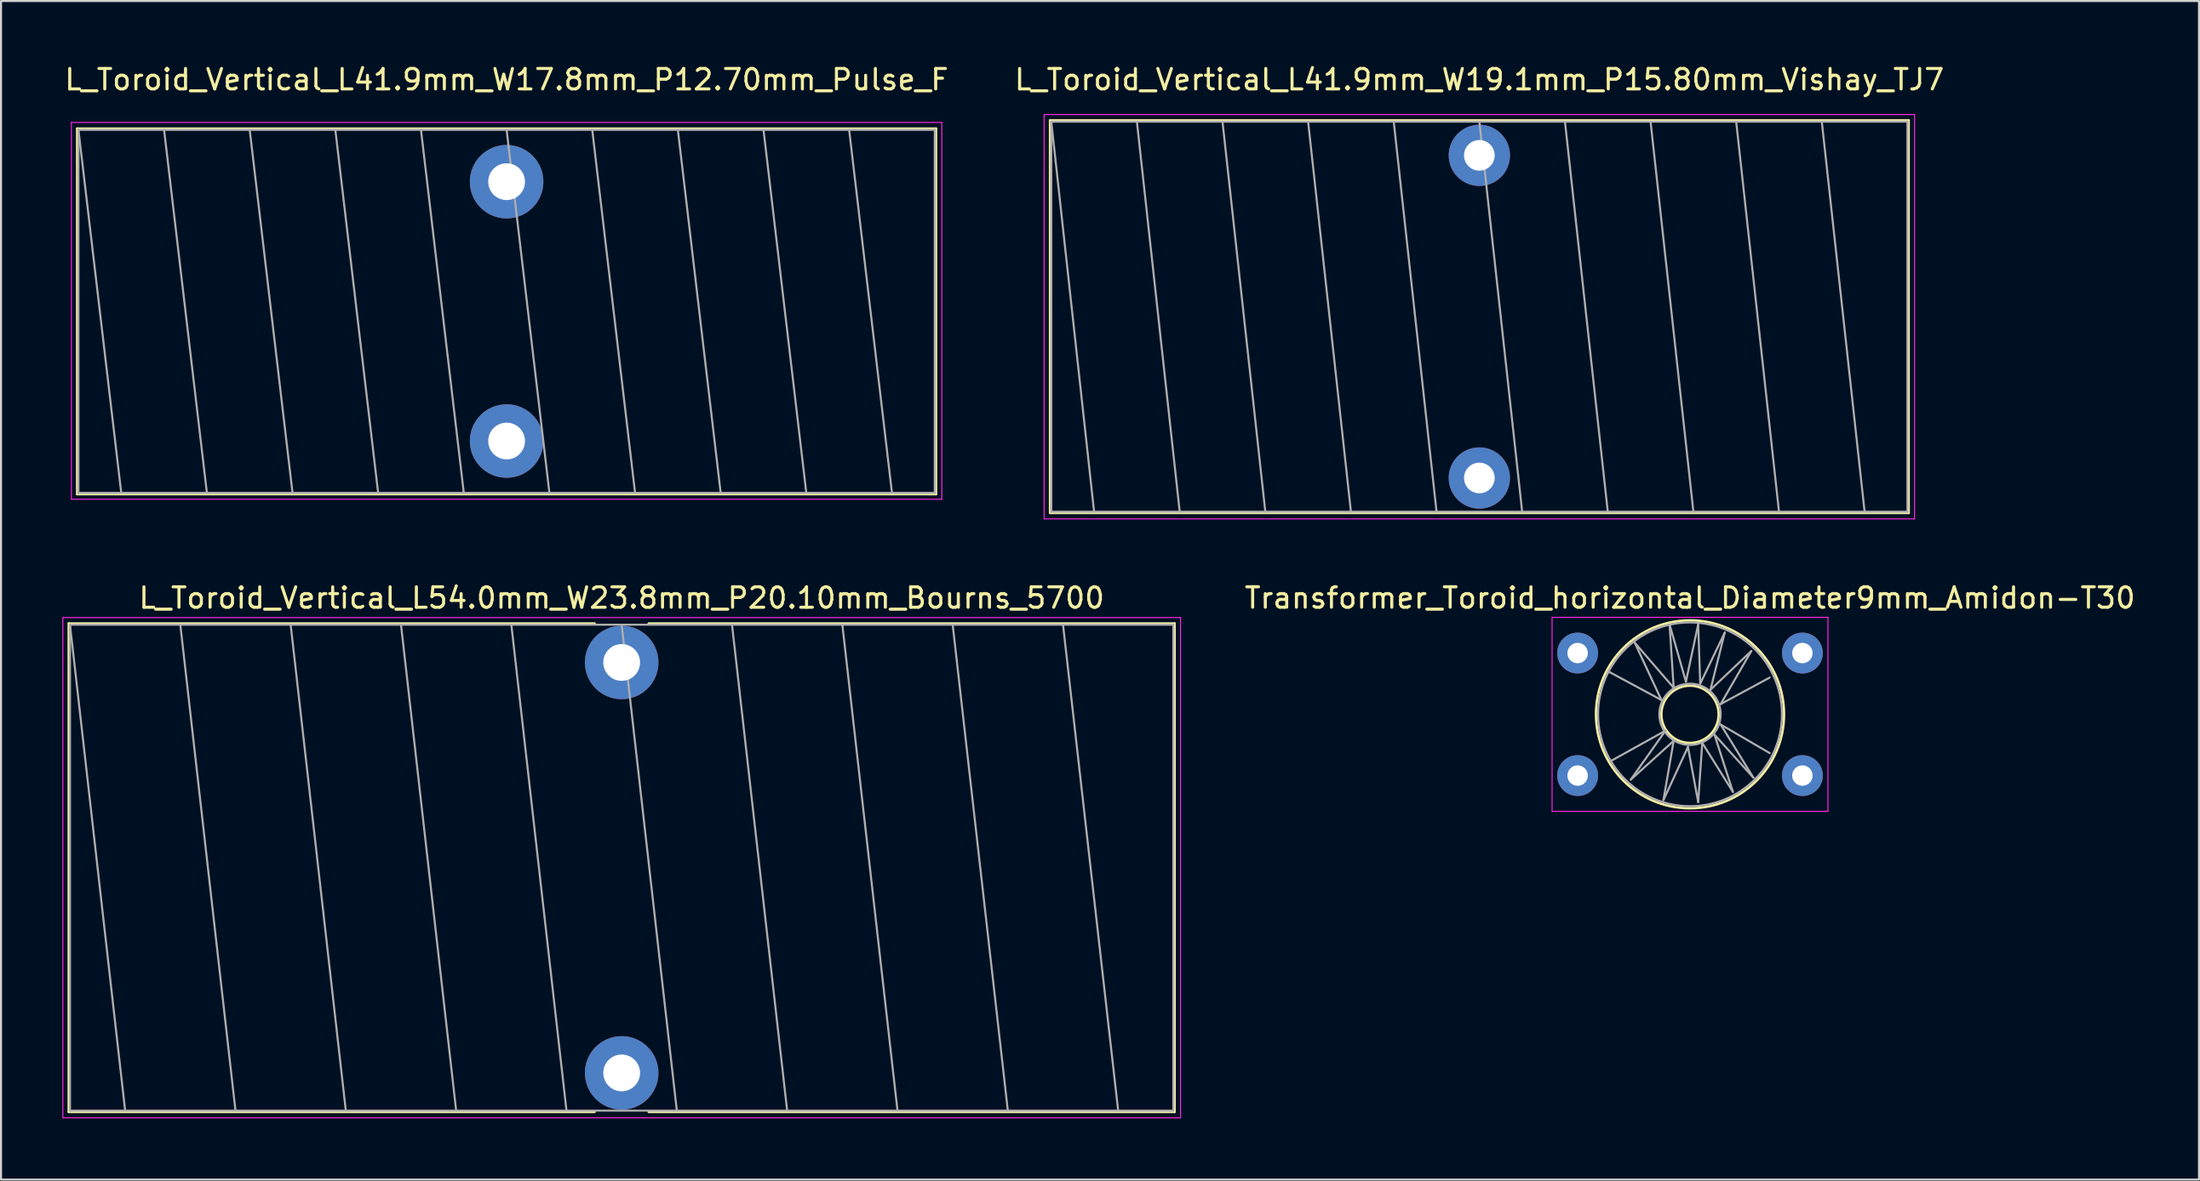
<source format=kicad_pcb>
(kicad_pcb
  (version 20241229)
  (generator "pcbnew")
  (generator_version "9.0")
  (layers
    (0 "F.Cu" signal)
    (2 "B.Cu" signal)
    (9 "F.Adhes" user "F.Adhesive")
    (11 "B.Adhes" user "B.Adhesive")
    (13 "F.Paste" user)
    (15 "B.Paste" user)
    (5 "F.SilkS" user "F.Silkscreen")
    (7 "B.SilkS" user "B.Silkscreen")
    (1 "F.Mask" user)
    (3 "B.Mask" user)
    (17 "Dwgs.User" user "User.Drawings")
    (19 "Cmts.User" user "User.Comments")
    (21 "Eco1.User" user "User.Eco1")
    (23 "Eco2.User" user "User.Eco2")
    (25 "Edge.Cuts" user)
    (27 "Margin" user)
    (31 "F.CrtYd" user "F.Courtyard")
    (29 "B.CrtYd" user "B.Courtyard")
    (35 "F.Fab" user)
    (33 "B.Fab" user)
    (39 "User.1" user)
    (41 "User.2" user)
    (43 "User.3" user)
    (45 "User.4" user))
  (footprint "Transformer_Toroid_horizontal_Diameter9mm_Amidon-T30"
    (layer "F.Cu")
    (at 74.161 34.931)
    (property "Reference" "Transformer_Toroid_horizontal_Diameter9mm_Amidon-T30" (at 5.5 -8.7 0) (layer "F.SilkS") (effects (font (size 1 1) (thickness 0.15))))
    (attr through_hole)
    (fp_circle (center 5.5 -3) (end 6.9 -3.1) (stroke (width 0.12) (type solid)) (fill no) (layer "F.SilkS"))
    (fp_circle (center 5.5 -3) (end 10.1 -3.1) (stroke (width 0.12) (type solid)) (fill no) (layer "F.SilkS"))
    (fp_line (start -1.25 -7.75) (end -1.25 1.75) (stroke (width 0.05) (type solid)) (layer "F.CrtYd"))
    (fp_line (start -1.25 -7.75) (end 12.25 -7.75) (stroke (width 0.05) (type solid)) (layer "F.CrtYd"))
    (fp_line (start 12.25 1.75) (end -1.25 1.75) (stroke (width 0.05) (type solid)) (layer "F.CrtYd"))
    (fp_line (start 12.25 1.75) (end 12.25 -7.75) (stroke (width 0.05) (type solid)) (layer "F.CrtYd"))
    (fp_line (start 1.5 -5.1) (end 4.1 -3.7) (stroke (width 0.1) (type solid)) (layer "F.Fab"))
    (fp_line (start 1.6 -0.7) (end 4.3 -2.2) (stroke (width 0.1) (type solid)) (layer "F.Fab"))
    (fp_line (start 2.6 0.2) (end 4.7 -1.7) (stroke (width 0.1) (type solid)) (layer "F.Fab"))
    (fp_line (start 2.8 -6.5) (end 4.7 -4.3) (stroke (width 0.1) (type solid)) (layer "F.Fab"))
    (fp_line (start 4.1 -3.7) (end 2.8 -6.5) (stroke (width 0.1) (type solid)) (layer "F.Fab"))
    (fp_line (start 4.2 1.2) (end 5.4 -1.4) (stroke (width 0.1) (type solid)) (layer "F.Fab"))
    (fp_line (start 4.3 -2.2) (end 2.6 0.2) (stroke (width 0.1) (type solid)) (layer "F.Fab"))
    (fp_line (start 4.5 -7.4) (end 5.3 -4.6) (stroke (width 0.1) (type solid)) (layer "F.Fab"))
    (fp_line (start 4.7 -4.3) (end 4.5 -7.4) (stroke (width 0.1) (type solid)) (layer "F.Fab"))
    (fp_line (start 4.7 -1.7) (end 4.2 1.2) (stroke (width 0.1) (type solid)) (layer "F.Fab"))
    (fp_line (start 5.3 -4.6) (end 5.9 -7.4) (stroke (width 0.1) (type solid)) (layer "F.Fab"))
    (fp_line (start 5.4 -1.4) (end 5.9 1.3) (stroke (width 0.1) (type solid)) (layer "F.Fab"))
    (fp_line (start 5.9 -7.4) (end 6 -4.5) (stroke (width 0.1) (type solid)) (layer "F.Fab"))
    (fp_line (start 5.9 1.3) (end 6.1 -1.6) (stroke (width 0.1) (type solid)) (layer "F.Fab"))
    (fp_line (start 6 -4.5) (end 7.2 -7) (stroke (width 0.1) (type solid)) (layer "F.Fab"))
    (fp_line (start 6.1 -1.6) (end 7.6 0.8) (stroke (width 0.1) (type solid)) (layer "F.Fab"))
    (fp_line (start 6.5 -4.2) (end 8.5 -6.1) (stroke (width 0.1) (type solid)) (layer "F.Fab"))
    (fp_line (start 6.7 -2) (end 8.6 0.1) (stroke (width 0.1) (type solid)) (layer "F.Fab"))
    (fp_line (start 7 -3.5) (end 9.4 -4.8) (stroke (width 0.1) (type solid)) (layer "F.Fab"))
    (fp_line (start 7 -2.5) (end 9.4 -1.1) (stroke (width 0.1) (type solid)) (layer "F.Fab"))
    (fp_line (start 7.2 -7) (end 6.5 -4.2) (stroke (width 0.1) (type solid)) (layer "F.Fab"))
    (fp_line (start 7.6 0.8) (end 6.7 -2) (stroke (width 0.1) (type solid)) (layer "F.Fab"))
    (fp_line (start 8.5 -6.1) (end 7 -3.5) (stroke (width 0.1) (type solid)) (layer "F.Fab"))
    (fp_line (start 8.6 0.1) (end 7 -2.5) (stroke (width 0.1) (type solid)) (layer "F.Fab"))
    (fp_circle (center 5.5 -3) (end 7 -3) (stroke (width 0.1) (type solid)) (fill no) (layer "F.Fab"))
    (fp_circle (center 5.5 -3) (end 10 -3) (stroke (width 0.1) (type solid)) (fill no) (layer "F.Fab"))
    (pad "1" thru_hole circle (at 0 0) (size 2 2) (drill 1) (layers "*.Cu" "*.Mask"))
    (pad "2" thru_hole circle (at 11 0) (size 2 2) (drill 1) (layers "*.Cu" "*.Mask"))
    (pad "3" thru_hole circle (at 0 -6) (size 2 2) (drill 1) (layers "*.Cu" "*.Mask"))
    (pad "4" thru_hole circle (at 11 -6) (size 2 2) (drill 1) (layers "*.Cu" "*.Mask")))
  (footprint "L_Toroid_Vertical_L54.0mm_W23.8mm_P20.10mm_Bourns_5700"
    (layer "F.Cu")
    (at 27.375 29.392)
    (property "Reference" "L_Toroid_Vertical_L54.0mm_W23.8mm_P20.10mm_Bourns_5700" (at 0 -3.16 0) (layer "F.SilkS") (effects (font (size 1 1) (thickness 0.15))))
    (attr through_hole)
    (fp_line (start -27.06 -1.91) (end -27.06 22.01) (stroke (width 0.12) (type solid)) (layer "F.SilkS"))
    (fp_line (start -27.06 -1.91) (end -1.325 -1.91) (stroke (width 0.12) (type solid)) (layer "F.SilkS"))
    (fp_line (start -27.06 22.01) (end -1.325 22.01) (stroke (width 0.12) (type solid)) (layer "F.SilkS"))
    (fp_line (start 1.325 -1.91) (end 27.06 -1.91) (stroke (width 0.12) (type solid)) (layer "F.SilkS"))
    (fp_line (start 1.325 22.01) (end 27.06 22.01) (stroke (width 0.12) (type solid)) (layer "F.SilkS"))
    (fp_line (start 27.06 -1.91) (end 27.06 22.01) (stroke (width 0.12) (type solid)) (layer "F.SilkS"))
    (fp_line (start -27.35 -2.2) (end -27.35 22.3) (stroke (width 0.05) (type solid)) (layer "F.CrtYd"))
    (fp_line (start -27.35 22.3) (end 27.35 22.3) (stroke (width 0.05) (type solid)) (layer "F.CrtYd"))
    (fp_line (start 27.35 -2.2) (end -27.35 -2.2) (stroke (width 0.05) (type solid)) (layer "F.CrtYd"))
    (fp_line (start 27.35 22.3) (end 27.35 -2.2) (stroke (width 0.05) (type solid)) (layer "F.CrtYd"))
    (fp_line (start -27 -1.85) (end -27 21.95) (stroke (width 0.1) (type solid)) (layer "F.Fab"))
    (fp_line (start -27 -1.85) (end -24.3 21.95) (stroke (width 0.1) (type solid)) (layer "F.Fab"))
    (fp_line (start -27 21.95) (end 27 21.95) (stroke (width 0.1) (type solid)) (layer "F.Fab"))
    (fp_line (start -21.6 -1.85) (end -18.9 21.95) (stroke (width 0.1) (type solid)) (layer "F.Fab"))
    (fp_line (start -16.2 -1.85) (end -13.5 21.95) (stroke (width 0.1) (type solid)) (layer "F.Fab"))
    (fp_line (start -10.8 -1.85) (end -8.1 21.95) (stroke (width 0.1) (type solid)) (layer "F.Fab"))
    (fp_line (start -5.4 -1.85) (end -2.7 21.95) (stroke (width 0.1) (type solid)) (layer "F.Fab"))
    (fp_line (start 0 -1.85) (end 2.7 21.95) (stroke (width 0.1) (type solid)) (layer "F.Fab"))
    (fp_line (start 5.4 -1.85) (end 8.1 21.95) (stroke (width 0.1) (type solid)) (layer "F.Fab"))
    (fp_line (start 10.8 -1.85) (end 13.5 21.95) (stroke (width 0.1) (type solid)) (layer "F.Fab"))
    (fp_line (start 16.2 -1.85) (end 18.9 21.95) (stroke (width 0.1) (type solid)) (layer "F.Fab"))
    (fp_line (start 21.6 -1.85) (end 24.3 21.95) (stroke (width 0.1) (type solid)) (layer "F.Fab"))
    (fp_line (start 27 -1.85) (end -27 -1.85) (stroke (width 0.1) (type solid)) (layer "F.Fab"))
    (fp_line (start 27 21.95) (end 27 -1.85) (stroke (width 0.1) (type solid)) (layer "F.Fab"))
    (pad "1" thru_hole circle (at 0 0) (size 3.6 3.6) (drill 1.8) (layers "*.Cu" "*.Mask"))
    (pad "2" thru_hole circle (at 0 20.1) (size 3.6 3.6) (drill 1.8) (layers "*.Cu" "*.Mask")))
  (footprint "L_Toroid_Vertical_L41.9mm_W19.1mm_P15.80mm_Vishay_TJ7"
    (layer "F.Cu")
    (at 69.351 4.558)
    (property "Reference" "L_Toroid_Vertical_L41.9mm_W19.1mm_P15.80mm_Vishay_TJ7" (at 0 -3.71 0) (layer "F.SilkS") (effects (font (size 1 1) (thickness 0.15))))
    (attr through_hole)
    (fp_line (start -21.01 -1.711) (end -21.01 17.511) (stroke (width 0.12) (type solid)) (layer "F.SilkS"))
    (fp_line (start -21.01 -1.711) (end 21.01 -1.711) (stroke (width 0.12) (type solid)) (layer "F.SilkS"))
    (fp_line (start -21.01 17.511) (end 21.01 17.511) (stroke (width 0.12) (type solid)) (layer "F.SilkS"))
    (fp_line (start 21.01 -1.711) (end 21.01 17.511) (stroke (width 0.12) (type solid)) (layer "F.SilkS"))
    (fp_line (start -21.3 -2) (end -21.3 17.8) (stroke (width 0.05) (type solid)) (layer "F.CrtYd"))
    (fp_line (start -21.3 17.8) (end 21.3 17.8) (stroke (width 0.05) (type solid)) (layer "F.CrtYd"))
    (fp_line (start 21.3 -2) (end -21.3 -2) (stroke (width 0.05) (type solid)) (layer "F.CrtYd"))
    (fp_line (start 21.3 17.8) (end 21.3 -2) (stroke (width 0.05) (type solid)) (layer "F.CrtYd"))
    (fp_line (start -20.95 -1.65) (end -20.95 17.45) (stroke (width 0.1) (type solid)) (layer "F.Fab"))
    (fp_line (start -20.95 -1.65) (end -18.855 17.45) (stroke (width 0.1) (type solid)) (layer "F.Fab"))
    (fp_line (start -20.95 17.45) (end 20.95 17.45) (stroke (width 0.1) (type solid)) (layer "F.Fab"))
    (fp_line (start -16.76 -1.65) (end -14.665 17.45) (stroke (width 0.1) (type solid)) (layer "F.Fab"))
    (fp_line (start -12.57 -1.65) (end -10.475 17.45) (stroke (width 0.1) (type solid)) (layer "F.Fab"))
    (fp_line (start -8.38 -1.65) (end -6.285 17.45) (stroke (width 0.1) (type solid)) (layer "F.Fab"))
    (fp_line (start -4.19 -1.65) (end -2.095 17.45) (stroke (width 0.1) (type solid)) (layer "F.Fab"))
    (fp_line (start 0 -1.65) (end 2.095 17.45) (stroke (width 0.1) (type solid)) (layer "F.Fab"))
    (fp_line (start 4.19 -1.65) (end 6.285 17.45) (stroke (width 0.1) (type solid)) (layer "F.Fab"))
    (fp_line (start 8.38 -1.65) (end 10.475 17.45) (stroke (width 0.1) (type solid)) (layer "F.Fab"))
    (fp_line (start 12.57 -1.65) (end 14.665 17.45) (stroke (width 0.1) (type solid)) (layer "F.Fab"))
    (fp_line (start 16.76 -1.65) (end 18.855 17.45) (stroke (width 0.1) (type solid)) (layer "F.Fab"))
    (fp_line (start 20.95 -1.65) (end -20.95 -1.65) (stroke (width 0.1) (type solid)) (layer "F.Fab"))
    (fp_line (start 20.95 17.45) (end 20.95 -1.65) (stroke (width 0.1) (type solid)) (layer "F.Fab"))
    (pad "1" thru_hole circle (at 0 0) (size 3 3) (drill 1.5) (layers "*.Cu" "*.Mask"))
    (pad "2" thru_hole circle (at 0 15.8) (size 3 3) (drill 1.5) (layers "*.Cu" "*.Mask")))
  (footprint "L_Toroid_Vertical_L41.9mm_W17.8mm_P12.70mm_Pulse_F"
    (layer "F.Cu")
    (at 21.744 5.848)
    (property "Reference" "L_Toroid_Vertical_L41.9mm_W17.8mm_P12.70mm_Pulse_F" (at 0 -5 0) (layer "F.SilkS") (effects (font (size 1 1) (thickness 0.15))))
    (attr through_hole)
    (fp_line (start -21.015 -2.6) (end -21.015 15.3) (stroke (width 0.12) (type solid)) (layer "F.SilkS"))
    (fp_line (start -21.015 -2.6) (end 21.015 -2.6) (stroke (width 0.12) (type solid)) (layer "F.SilkS"))
    (fp_line (start -21.015 15.3) (end 21.015 15.3) (stroke (width 0.12) (type solid)) (layer "F.SilkS"))
    (fp_line (start 21.015 -2.6) (end 21.015 15.3) (stroke (width 0.12) (type solid)) (layer "F.SilkS"))
    (fp_line (start -21.3 -2.9) (end -21.3 15.55) (stroke (width 0.05) (type solid)) (layer "F.CrtYd"))
    (fp_line (start -21.3 15.55) (end 21.3 15.55) (stroke (width 0.05) (type solid)) (layer "F.CrtYd"))
    (fp_line (start 21.3 -2.9) (end -21.3 -2.9) (stroke (width 0.05) (type solid)) (layer "F.CrtYd"))
    (fp_line (start 21.3 15.55) (end 21.3 -2.9) (stroke (width 0.05) (type solid)) (layer "F.CrtYd"))
    (fp_line (start -20.955 -2.54) (end -20.955 15.24) (stroke (width 0.1) (type solid)) (layer "F.Fab"))
    (fp_line (start -20.955 -2.54) (end -18.86 15.24) (stroke (width 0.1) (type solid)) (layer "F.Fab"))
    (fp_line (start -20.955 15.24) (end 20.955 15.24) (stroke (width 0.1) (type solid)) (layer "F.Fab"))
    (fp_line (start -16.764 -2.54) (end -14.668 15.24) (stroke (width 0.1) (type solid)) (layer "F.Fab"))
    (fp_line (start -12.573 -2.54) (end -10.477 15.24) (stroke (width 0.1) (type solid)) (layer "F.Fab"))
    (fp_line (start -8.382 -2.54) (end -6.287 15.24) (stroke (width 0.1) (type solid)) (layer "F.Fab"))
    (fp_line (start -4.191 -2.54) (end -2.095 15.24) (stroke (width 0.1) (type solid)) (layer "F.Fab"))
    (fp_line (start 0 -2.54) (end 2.095 15.24) (stroke (width 0.1) (type solid)) (layer "F.Fab"))
    (fp_line (start 4.191 -2.54) (end 6.287 15.24) (stroke (width 0.1) (type solid)) (layer "F.Fab"))
    (fp_line (start 8.382 -2.54) (end 10.477 15.24) (stroke (width 0.1) (type solid)) (layer "F.Fab"))
    (fp_line (start 12.573 -2.54) (end 14.668 15.24) (stroke (width 0.1) (type solid)) (layer "F.Fab"))
    (fp_line (start 16.764 -2.54) (end 18.86 15.24) (stroke (width 0.1) (type solid)) (layer "F.Fab"))
    (fp_line (start 20.955 -2.54) (end -20.955 -2.54) (stroke (width 0.1) (type solid)) (layer "F.Fab"))
    (fp_line (start 20.955 15.24) (end 20.955 -2.54) (stroke (width 0.1) (type solid)) (layer "F.Fab"))
    (pad "1" thru_hole circle (at 0 0) (size 3.6 3.6) (drill 1.8) (layers "*.Cu" "*.Mask"))
    (pad "2" thru_hole circle (at 0 12.7) (size 3.6 3.6) (drill 1.8) (layers "*.Cu" "*.Mask")))
  (gr_rect
    (start -3 -3)
    (end 104.571 54.717)
    (stroke (width 0.1) (type default))
    (fill no)
    (layer "Edge.Cuts")))
</source>
